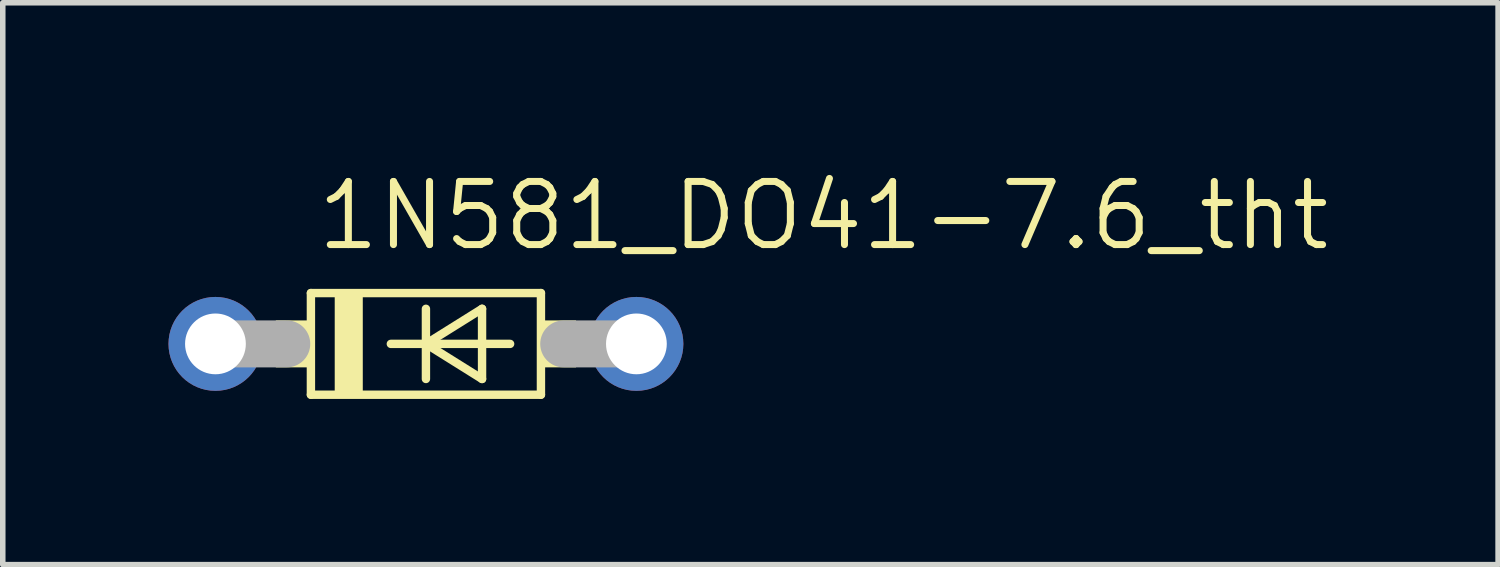
<source format=kicad_pcb>
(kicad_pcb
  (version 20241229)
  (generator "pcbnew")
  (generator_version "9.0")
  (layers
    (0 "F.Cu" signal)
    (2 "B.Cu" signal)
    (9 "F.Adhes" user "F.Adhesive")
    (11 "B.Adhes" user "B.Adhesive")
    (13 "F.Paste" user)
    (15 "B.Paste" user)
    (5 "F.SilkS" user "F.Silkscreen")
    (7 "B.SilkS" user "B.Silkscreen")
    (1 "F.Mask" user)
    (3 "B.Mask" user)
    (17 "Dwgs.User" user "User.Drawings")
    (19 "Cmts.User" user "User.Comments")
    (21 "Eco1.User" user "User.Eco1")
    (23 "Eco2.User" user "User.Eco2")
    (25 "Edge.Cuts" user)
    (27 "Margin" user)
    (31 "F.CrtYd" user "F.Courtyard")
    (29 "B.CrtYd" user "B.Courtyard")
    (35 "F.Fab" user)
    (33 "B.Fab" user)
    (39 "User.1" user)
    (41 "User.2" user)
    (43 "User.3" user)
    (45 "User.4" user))
  (footprint "1N581_DO41-7.6_tht"
    (layer "F.Cu")
    (at 4.66 3.175)
    (property "Reference" "1N581_DO41-7.6_tht" (at -2.032 -1.651 0) (layer "F.SilkS") (effects (font (size 1.143 1.143) (thickness 0.127)) (justify left bottom)))
    (fp_line (start -2.082 -0.92) (end -2.082 0.92) (stroke (width 0.152) (type solid)) (layer "F.SilkS"))
    (fp_line (start -2.082 -0.92) (end 2.082 -0.92) (stroke (width 0.152) (type solid)) (layer "F.SilkS"))
    (fp_line (start -0.635 0) (end 0 0) (stroke (width 0.152) (type solid)) (layer "F.SilkS"))
    (fp_line (start 0 -0.635) (end 0 0) (stroke (width 0.152) (type solid)) (layer "F.SilkS"))
    (fp_line (start 0 0) (end 0 0.635) (stroke (width 0.152) (type solid)) (layer "F.SilkS"))
    (fp_line (start 0 0) (end 1.016 -0.635) (stroke (width 0.152) (type solid)) (layer "F.SilkS"))
    (fp_line (start 0 0) (end 1.524 0) (stroke (width 0.152) (type solid)) (layer "F.SilkS"))
    (fp_line (start 1.016 -0.635) (end 1.016 0.635) (stroke (width 0.152) (type solid)) (layer "F.SilkS"))
    (fp_line (start 1.016 0.635) (end 0 0) (stroke (width 0.152) (type solid)) (layer "F.SilkS"))
    (fp_line (start 2.082 0.92) (end -2.082 0.92) (stroke (width 0.152) (type solid)) (layer "F.SilkS"))
    (fp_line (start 2.082 0.92) (end 2.082 -0.92) (stroke (width 0.152) (type solid)) (layer "F.SilkS"))
    (fp_poly (pts (xy -2.717 0.425) (xy -2.082 0.425) (xy -2.082 -0.425) (xy -2.717 -0.425)) (stroke (width 0) (type solid)) (fill yes) (layer "F.SilkS"))
    (fp_poly (pts (xy -1.651 0.95) (xy -1.143 0.95) (xy -1.143 -0.92) (xy -1.651 -0.92)) (stroke (width 0) (type solid)) (fill yes) (layer "F.SilkS"))
    (fp_poly (pts (xy 2.082 0.425) (xy 2.717 0.425) (xy 2.717 -0.425) (xy 2.082 -0.425)) (stroke (width 0) (type solid)) (fill yes) (layer "F.SilkS"))
    (fp_line (start -3.81 0) (end -2.519 0) (stroke (width 0.85) (type solid)) (layer "F.Fab"))
    (fp_line (start 3.81 0) (end 2.494 0) (stroke (width 0.85) (type solid)) (layer "F.Fab"))
    (pad "A" thru_hole circle (at 3.81 0) (size 1.7 1.7) (drill 1.1) (layers "*.Cu" "*.Mask"))
    (pad "C" thru_hole circle (at -3.81 0) (size 1.7 1.7) (drill 1.1) (layers "*.Cu" "*.Mask")))
  (gr_rect
    (start -3 -3)
    (end 24.068 7.171)
    (stroke (width 0.1) (type default))
    (fill no)
    (layer "Edge.Cuts")))
</source>
